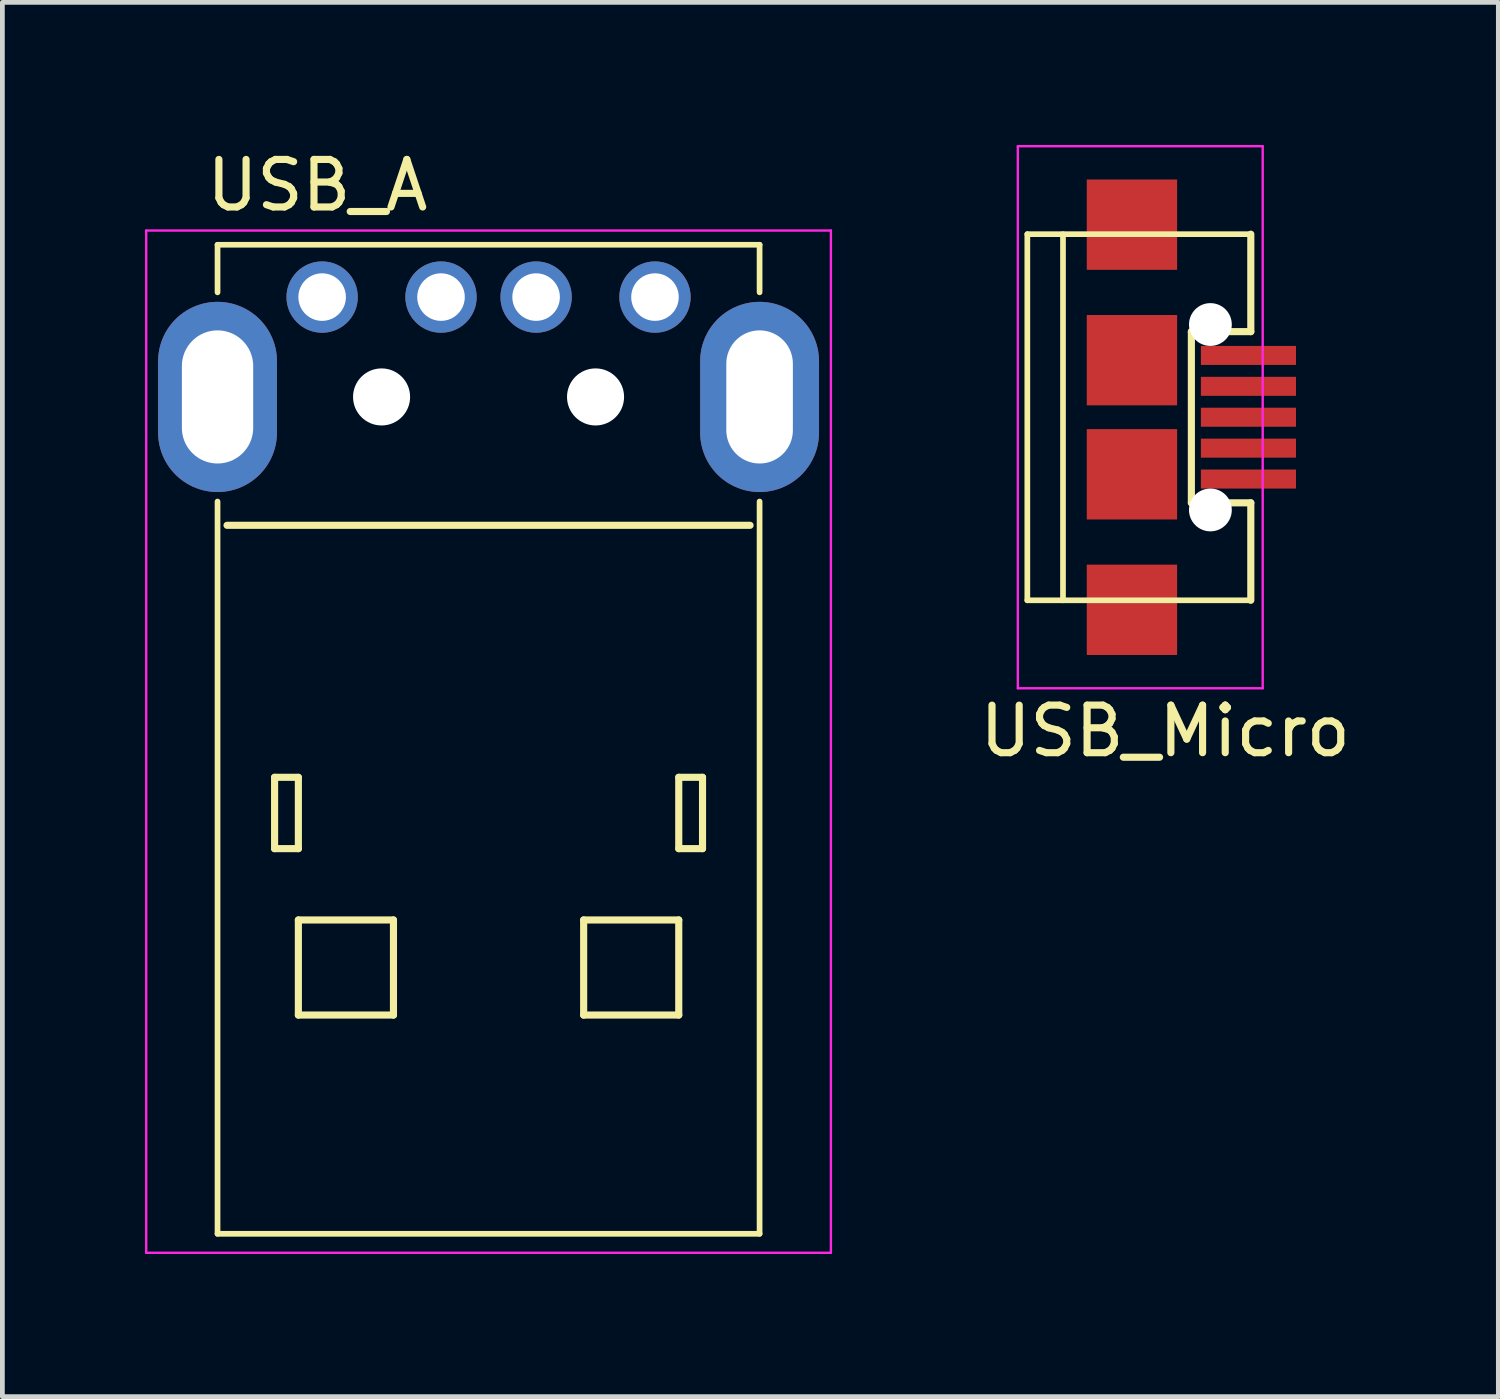
<source format=kicad_pcb>
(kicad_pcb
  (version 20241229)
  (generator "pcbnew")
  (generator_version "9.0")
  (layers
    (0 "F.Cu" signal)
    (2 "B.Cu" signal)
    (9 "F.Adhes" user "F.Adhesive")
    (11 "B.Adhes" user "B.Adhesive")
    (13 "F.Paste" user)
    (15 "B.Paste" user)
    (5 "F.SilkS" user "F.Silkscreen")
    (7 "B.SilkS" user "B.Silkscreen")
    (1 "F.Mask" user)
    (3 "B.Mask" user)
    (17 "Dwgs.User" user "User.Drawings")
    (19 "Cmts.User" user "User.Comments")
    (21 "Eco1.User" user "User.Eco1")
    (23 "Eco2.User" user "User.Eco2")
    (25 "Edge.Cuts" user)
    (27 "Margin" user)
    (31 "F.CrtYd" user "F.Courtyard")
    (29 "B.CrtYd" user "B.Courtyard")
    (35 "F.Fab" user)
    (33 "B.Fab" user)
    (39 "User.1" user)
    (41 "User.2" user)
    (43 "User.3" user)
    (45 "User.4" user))
  (footprint "USB_Micro"
    (layer "F.Cu")
    (at 19.306 5.725)
    (property "Reference" "USB_Micro" (at 2.15 6.6 0) (layer "F.SilkS") (effects (font (size 1 1) (thickness 0.15))))
    (attr smd)
    (fp_line (start -0.75 -3.85) (end -0.75 3.85) (stroke (width 0.12) (type solid)) (layer "F.SilkS"))
    (fp_line (start -0.75 3.85) (end 3.95 3.85) (stroke (width 0.12) (type solid)) (layer "F.SilkS"))
    (fp_line (start 0 -3.85) (end 0 3.85) (stroke (width 0.12) (type solid)) (layer "F.SilkS"))
    (fp_line (start 2.7 -1.8) (end 2.7 1.8) (stroke (width 0.15) (type solid)) (layer "F.SilkS"))
    (fp_line (start 2.7 1.8) (end 3.95 1.8) (stroke (width 0.15) (type solid)) (layer "F.SilkS"))
    (fp_line (start 3.95 -3.85) (end -0.75 -3.85) (stroke (width 0.12) (type solid)) (layer "F.SilkS"))
    (fp_line (start 3.95 -3.85) (end 3.95 -1.8) (stroke (width 0.15) (type solid)) (layer "F.SilkS"))
    (fp_line (start 3.95 -1.8) (end 2.7 -1.8) (stroke (width 0.15) (type solid)) (layer "F.SilkS"))
    (fp_line (start 3.95 1.8) (end 3.95 3.85) (stroke (width 0.15) (type solid)) (layer "F.SilkS"))
    (fp_line (start -0.95 -5.7) (end 4.2 -5.7) (stroke (width 0.05) (type solid)) (layer "F.CrtYd"))
    (fp_line (start -0.95 5.7) (end -0.95 -5.7) (stroke (width 0.05) (type solid)) (layer "F.CrtYd"))
    (fp_line (start 4.2 -5.7) (end 4.2 5.7) (stroke (width 0.05) (type solid)) (layer "F.CrtYd"))
    (fp_line (start 4.2 5.7) (end -0.95 5.7) (stroke (width 0.05) (type solid)) (layer "F.CrtYd"))
    (pad "" np_thru_hole circle (at 3.1 -1.95) (size 0.9 0.9) (drill 0.9) (layers "*.Cu" "*.Mask"))
    (pad "" np_thru_hole circle (at 3.1 1.95) (size 0.9 0.9) (drill 0.9) (layers "*.Cu" "*.Mask"))
    (pad "1" smd rect (at 3.9 -1.3) (size 2 0.4) (layers "F.Cu" "F.Mask" "F.Paste"))
    (pad "2" smd rect (at 3.9 -0.65) (size 2 0.4) (layers "F.Cu" "F.Mask" "F.Paste"))
    (pad "3" smd rect (at 3.9 0) (size 2 0.4) (layers "F.Cu" "F.Mask" "F.Paste"))
    (pad "4" smd rect (at 3.9 0.65) (size 2 0.4) (layers "F.Cu" "F.Mask" "F.Paste"))
    (pad "5" smd rect (at 3.9 1.3) (size 2 0.4) (layers "F.Cu" "F.Mask" "F.Paste"))
    (pad "6" smd rect (at 1.45 -4.05) (size 1.9 1.9) (layers "F.Cu" "F.Mask" "F.Paste"))
    (pad "6" smd rect (at 1.45 -1.2) (size 1.9 1.9) (layers "F.Cu" "F.Mask" "F.Paste"))
    (pad "6" smd rect (at 1.45 1.2) (size 1.9 1.9) (layers "F.Cu" "F.Mask" "F.Paste"))
    (pad "6" smd rect (at 1.45 4.05) (size 1.9 1.9) (layers "F.Cu" "F.Mask" "F.Paste")))
  (footprint "USB_A"
    (layer "F.Cu")
    (at 7.225 5.298)
    (property "Reference" "USB_A" (at -3.6 -4.45 0) (layer "F.SilkS") (effects (font (size 1 1) (thickness 0.15))))
    (attr through_hole)
    (fp_line (start -5.7 -3.2) (end -5.7 -2.2) (stroke (width 0.12) (type solid)) (layer "F.SilkS"))
    (fp_line (start -5.7 2.2) (end -5.7 17.6) (stroke (width 0.12) (type solid)) (layer "F.SilkS"))
    (fp_line (start -5.5 2.7) (end 5.5 2.7) (stroke (width 0.15) (type solid)) (layer "F.SilkS"))
    (fp_line (start -4.5 8) (end -4.5 9.5) (stroke (width 0.15) (type solid)) (layer "F.SilkS"))
    (fp_line (start -4.5 9.5) (end -4 9.5) (stroke (width 0.15) (type solid)) (layer "F.SilkS"))
    (fp_line (start -4 8) (end -4.5 8) (stroke (width 0.15) (type solid)) (layer "F.SilkS"))
    (fp_line (start -4 9.5) (end -4 8) (stroke (width 0.15) (type solid)) (layer "F.SilkS"))
    (fp_line (start -4 11) (end -2 11) (stroke (width 0.15) (type solid)) (layer "F.SilkS"))
    (fp_line (start -4 13) (end -4 11) (stroke (width 0.15) (type solid)) (layer "F.SilkS"))
    (fp_line (start -2 11) (end -2 13) (stroke (width 0.15) (type solid)) (layer "F.SilkS"))
    (fp_line (start -2 13) (end -4 13) (stroke (width 0.15) (type solid)) (layer "F.SilkS"))
    (fp_line (start 2 11) (end 2 13) (stroke (width 0.15) (type solid)) (layer "F.SilkS"))
    (fp_line (start 2 13) (end 4 13) (stroke (width 0.15) (type solid)) (layer "F.SilkS"))
    (fp_line (start 4 8) (end 4 9.5) (stroke (width 0.15) (type solid)) (layer "F.SilkS"))
    (fp_line (start 4 9.5) (end 4.5 9.5) (stroke (width 0.15) (type solid)) (layer "F.SilkS"))
    (fp_line (start 4 11) (end 2 11) (stroke (width 0.15) (type solid)) (layer "F.SilkS"))
    (fp_line (start 4 13) (end 4 11) (stroke (width 0.15) (type solid)) (layer "F.SilkS"))
    (fp_line (start 4.5 8) (end 4 8) (stroke (width 0.15) (type solid)) (layer "F.SilkS"))
    (fp_line (start 4.5 9.5) (end 4.5 8) (stroke (width 0.15) (type solid)) (layer "F.SilkS"))
    (fp_line (start 5.7 -3.2) (end -5.7 -3.2) (stroke (width 0.12) (type solid)) (layer "F.SilkS"))
    (fp_line (start 5.7 -3.2) (end 5.7 -2.2) (stroke (width 0.12) (type solid)) (layer "F.SilkS"))
    (fp_line (start 5.7 2.2) (end 5.7 17.6) (stroke (width 0.12) (type solid)) (layer "F.SilkS"))
    (fp_line (start 5.7 17.6) (end -5.7 17.6) (stroke (width 0.12) (type solid)) (layer "F.SilkS"))
    (fp_line (start -7.2 -3.5) (end 7.2 -3.5) (stroke (width 0.05) (type solid)) (layer "F.CrtYd"))
    (fp_line (start -7.2 18) (end -7.2 -3.5) (stroke (width 0.05) (type solid)) (layer "F.CrtYd"))
    (fp_line (start -7.2 18) (end 7.2 18) (stroke (width 0.05) (type solid)) (layer "F.CrtYd"))
    (fp_line (start 7.2 -3.5) (end 7.2 18) (stroke (width 0.05) (type solid)) (layer "F.CrtYd"))
    (pad "" np_thru_hole circle (at -2.25 0 270) (size 1.2 1.2) (drill 1.2) (layers "*.Cu" "*.Mask"))
    (pad "" np_thru_hole circle (at 2.25 0 270) (size 1.2 1.2) (drill 1.2) (layers "*.Cu" "*.Mask"))
    (pad "1" thru_hole circle (at 3.5 -2.1 270) (size 1.5 1.5) (drill 1) (layers "*.Cu" "*.Mask"))
    (pad "2" thru_hole circle (at 1 -2.1 270) (size 1.5 1.5) (drill 1) (layers "*.Cu" "*.Mask"))
    (pad "3" thru_hole circle (at -1 -2.1 270) (size 1.5 1.5) (drill 1) (layers "*.Cu" "*.Mask"))
    (pad "4" thru_hole circle (at -3.5 -2.1 270) (size 1.5 1.5) (drill 1) (layers "*.Cu" "*.Mask"))
    (pad "5" thru_hole oval (at -5.7 0 270) (size 4 2.5) (drill oval 2.8 1.5) (layers "*.Cu" "*.Mask"))
    (pad "5" thru_hole oval (at 5.7 0 270) (size 4 2.5) (drill oval 2.8 1.4) (layers "*.Cu" "*.Mask")))
  (gr_rect
    (start -3 -3)
    (end 28.462 26.323)
    (stroke (width 0.1) (type default))
    (fill no)
    (layer "Edge.Cuts")))
</source>
